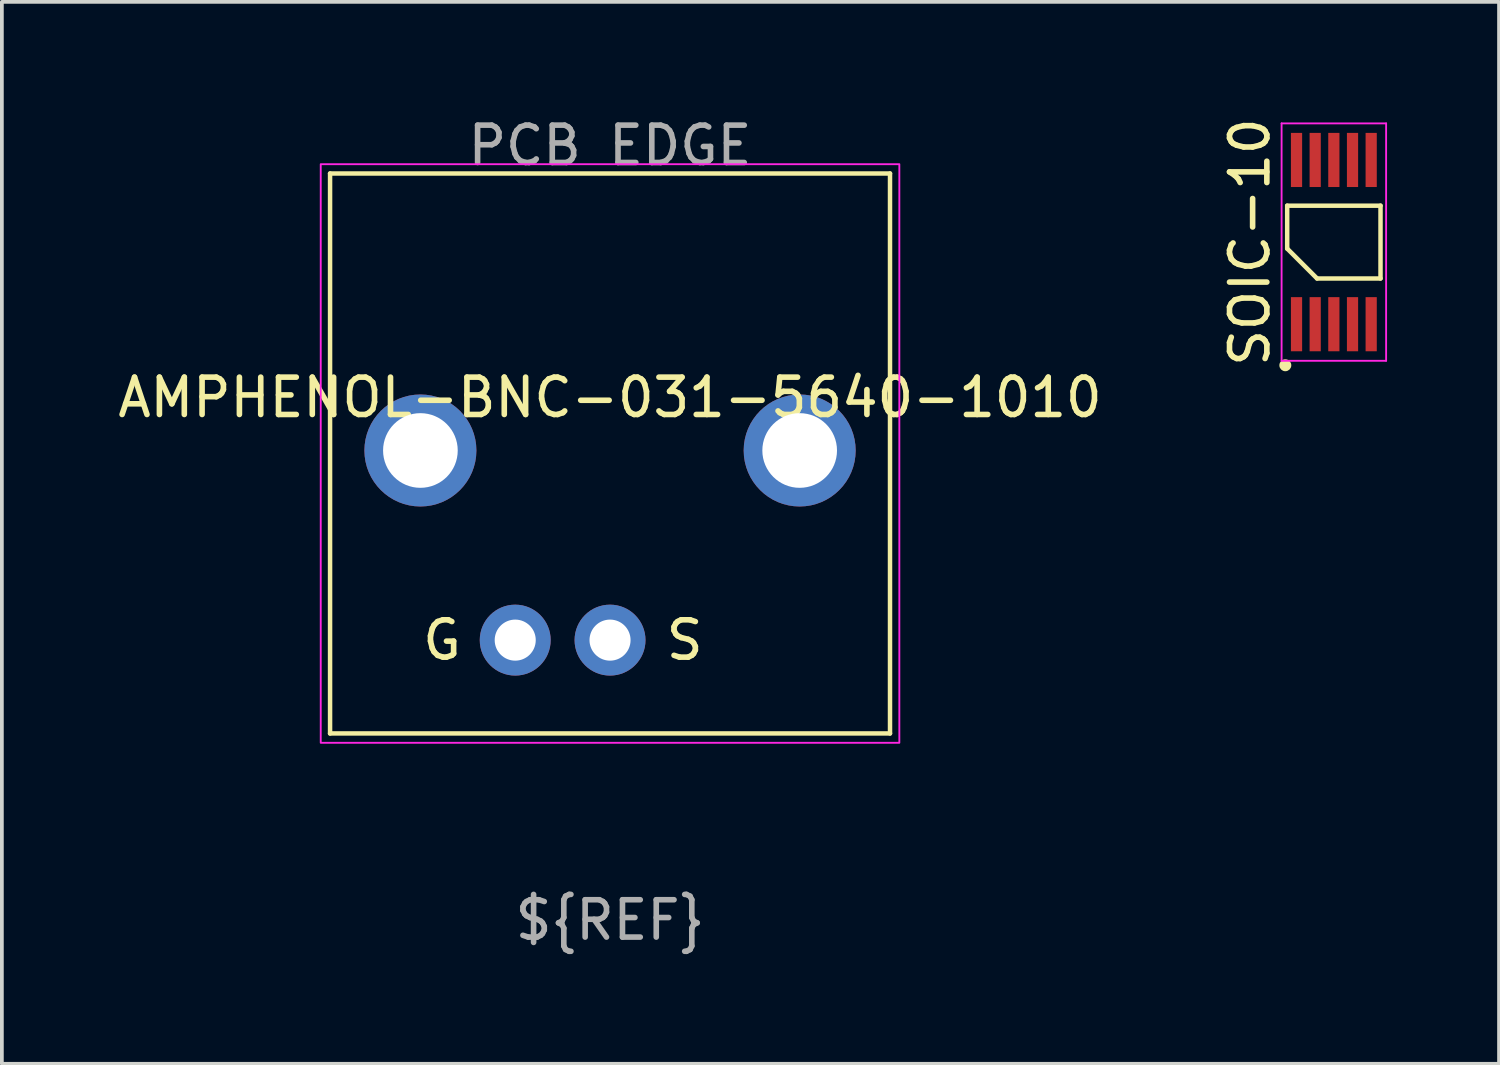
<source format=kicad_pcb>
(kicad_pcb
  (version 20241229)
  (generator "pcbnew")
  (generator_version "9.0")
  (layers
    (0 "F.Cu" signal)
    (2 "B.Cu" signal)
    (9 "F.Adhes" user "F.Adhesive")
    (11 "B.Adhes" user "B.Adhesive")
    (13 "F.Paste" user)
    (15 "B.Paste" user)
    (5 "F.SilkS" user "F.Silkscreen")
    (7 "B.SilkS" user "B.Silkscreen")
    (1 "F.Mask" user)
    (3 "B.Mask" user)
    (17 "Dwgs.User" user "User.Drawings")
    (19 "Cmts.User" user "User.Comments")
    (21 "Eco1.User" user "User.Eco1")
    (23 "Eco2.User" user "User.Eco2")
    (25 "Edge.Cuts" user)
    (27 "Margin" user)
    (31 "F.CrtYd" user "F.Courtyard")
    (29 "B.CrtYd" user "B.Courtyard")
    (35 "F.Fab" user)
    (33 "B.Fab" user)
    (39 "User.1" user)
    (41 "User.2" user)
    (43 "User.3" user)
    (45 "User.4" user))
  (footprint "AMPHENOL-BNC-031-5640-1010"
    (layer "F.Cu")
    (at 13.292 14.098)
    (property "Reference" "AMPHENOL-BNC-031-5640-1010" (at 0 -6.5 0) (unlocked yes) (layer "F.SilkS") (effects (font (size 1 1) (thickness 0.15))))
    (attr through_hole)
    (fp_line (start -7.5 -12.5) (end -7.5 2.5) (stroke (width 0.12) (type solid)) (layer "F.SilkS"))
    (fp_line (start -7.5 -12.5) (end 7.5 -12.5) (stroke (width 0.12) (type solid)) (layer "F.SilkS"))
    (fp_line (start -7.5 2.5) (end 7.5 2.5) (stroke (width 0.12) (type solid)) (layer "F.SilkS"))
    (fp_line (start 7.5 -12.5) (end 7.5 2.5) (stroke (width 0.12) (type solid)) (layer "F.SilkS"))
    (fp_rect (start -7.75 -12.75) (end 7.75 2.75) (stroke (width 0.05) (type solid)) (fill no) (layer "F.CrtYd"))
    (fp_text user "G" (at -4.5 0 0) (unlocked yes) (layer "F.SilkS") (effects (font (size 1 1) (thickness 0.15))))
    (fp_text user "S" (at 2 0 0) (unlocked yes) (layer "F.SilkS") (effects (font (size 1 1) (thickness 0.15))))
    (fp_text user "PCB EDGE" (at 0 -13.25 0) (unlocked yes) (layer "F.Fab") (effects (font (size 1 1) (thickness 0.15))))
    (fp_text user "${REF}" (at 0 7.5 0) (unlocked yes) (layer "F.Fab") (effects (font (size 1 1) (thickness 0.15))))
    (pad "1" thru_hole circle (at 0 0) (size 1.9 1.9) (drill 1.1) (layers "*.Cu" "*.Mask"))
    (pad "2" thru_hole circle (at -5.08 -5.08) (size 3 3) (drill 2) (layers "*.Cu" "*.Mask"))
    (pad "2" thru_hole circle (at -2.54 0) (size 1.9 1.9) (drill 1.1) (layers "*.Cu" "*.Mask"))
    (pad "2" thru_hole circle (at 5.08 -5.08) (size 3 3) (drill 2) (layers "*.Cu" "*.Mask")))
  (footprint "SOIC-10"
    (layer "F.Cu")
    (at 32.682 3.435)
    (property "Reference" "SOIC-10" (at -2.25 0 90) (layer "F.SilkS") (effects (font (size 1 1) (thickness 0.15))))
    (attr through_hole)
    (fp_line (start -1.25 -0.975) (end 1.25 -0.975) (stroke (width 0.12) (type solid)) (layer "F.SilkS"))
    (fp_line (start -1.25 0.175) (end -1.25 -0.975) (stroke (width 0.12) (type solid)) (layer "F.SilkS"))
    (fp_line (start -0.45 0.975) (end -1.25 0.175) (stroke (width 0.12) (type solid)) (layer "F.SilkS"))
    (fp_line (start 1.25 -0.975) (end 1.25 0.975) (stroke (width 0.12) (type solid)) (layer "F.SilkS"))
    (fp_line (start 1.25 0.975) (end -0.45 0.975) (stroke (width 0.12) (type solid)) (layer "F.SilkS"))
    (fp_circle (center -1.3 3.3) (end -1.3 3.3) (stroke (width 0.12) (type solid)) (fill no) (layer "F.SilkS"))
    (fp_circle (center -1.3 3.3) (end -1.2 3.3) (stroke (width 0.12) (type solid)) (fill no) (layer "F.SilkS"))
    (fp_line (start -1.4 -3.18) (end 1.4 -3.18) (stroke (width 0.05) (type solid)) (layer "F.CrtYd"))
    (fp_line (start -1.4 3.18) (end -1.4 -3.18) (stroke (width 0.05) (type solid)) (layer "F.CrtYd"))
    (fp_line (start 1.4 -3.18) (end 1.4 3.18) (stroke (width 0.05) (type solid)) (layer "F.CrtYd"))
    (fp_line (start 1.4 3.18) (end -1.4 3.18) (stroke (width 0.05) (type solid)) (layer "F.CrtYd"))
    (pad "1" smd rect (at -1 2.2) (size 0.3 1.45) (layers "F.Cu" "F.Mask" "F.Paste"))
    (pad "2" smd rect (at -0.5 2.2) (size 0.3 1.45) (layers "F.Cu" "F.Mask" "F.Paste"))
    (pad "3" smd rect (at 0 2.2) (size 0.3 1.45) (layers "F.Cu" "F.Mask" "F.Paste"))
    (pad "4" smd rect (at 0.5 2.2) (size 0.3 1.45) (layers "F.Cu" "F.Mask" "F.Paste"))
    (pad "5" smd rect (at 1 2.2) (size 0.3 1.45) (layers "F.Cu" "F.Mask" "F.Paste"))
    (pad "6" smd rect (at 1 -2.2) (size 0.3 1.45) (layers "F.Cu" "F.Mask" "F.Paste"))
    (pad "7" smd rect (at 0.5 -2.2) (size 0.3 1.45) (layers "F.Cu" "F.Mask" "F.Paste"))
    (pad "8" smd rect (at 0 -2.2) (size 0.3 1.45) (layers "F.Cu" "F.Mask" "F.Paste"))
    (pad "9" smd rect (at -0.5 -2.2) (size 0.3 1.45) (layers "F.Cu" "F.Mask" "F.Paste"))
    (pad "10" smd rect (at -1 -2.2) (size 0.3 1.45) (layers "F.Cu" "F.Mask" "F.Paste")))
  (gr_rect
    (start -3 -3)
    (end 37.107 25.447)
    (stroke (width 0.1) (type default))
    (fill no)
    (layer "Edge.Cuts")))
</source>
